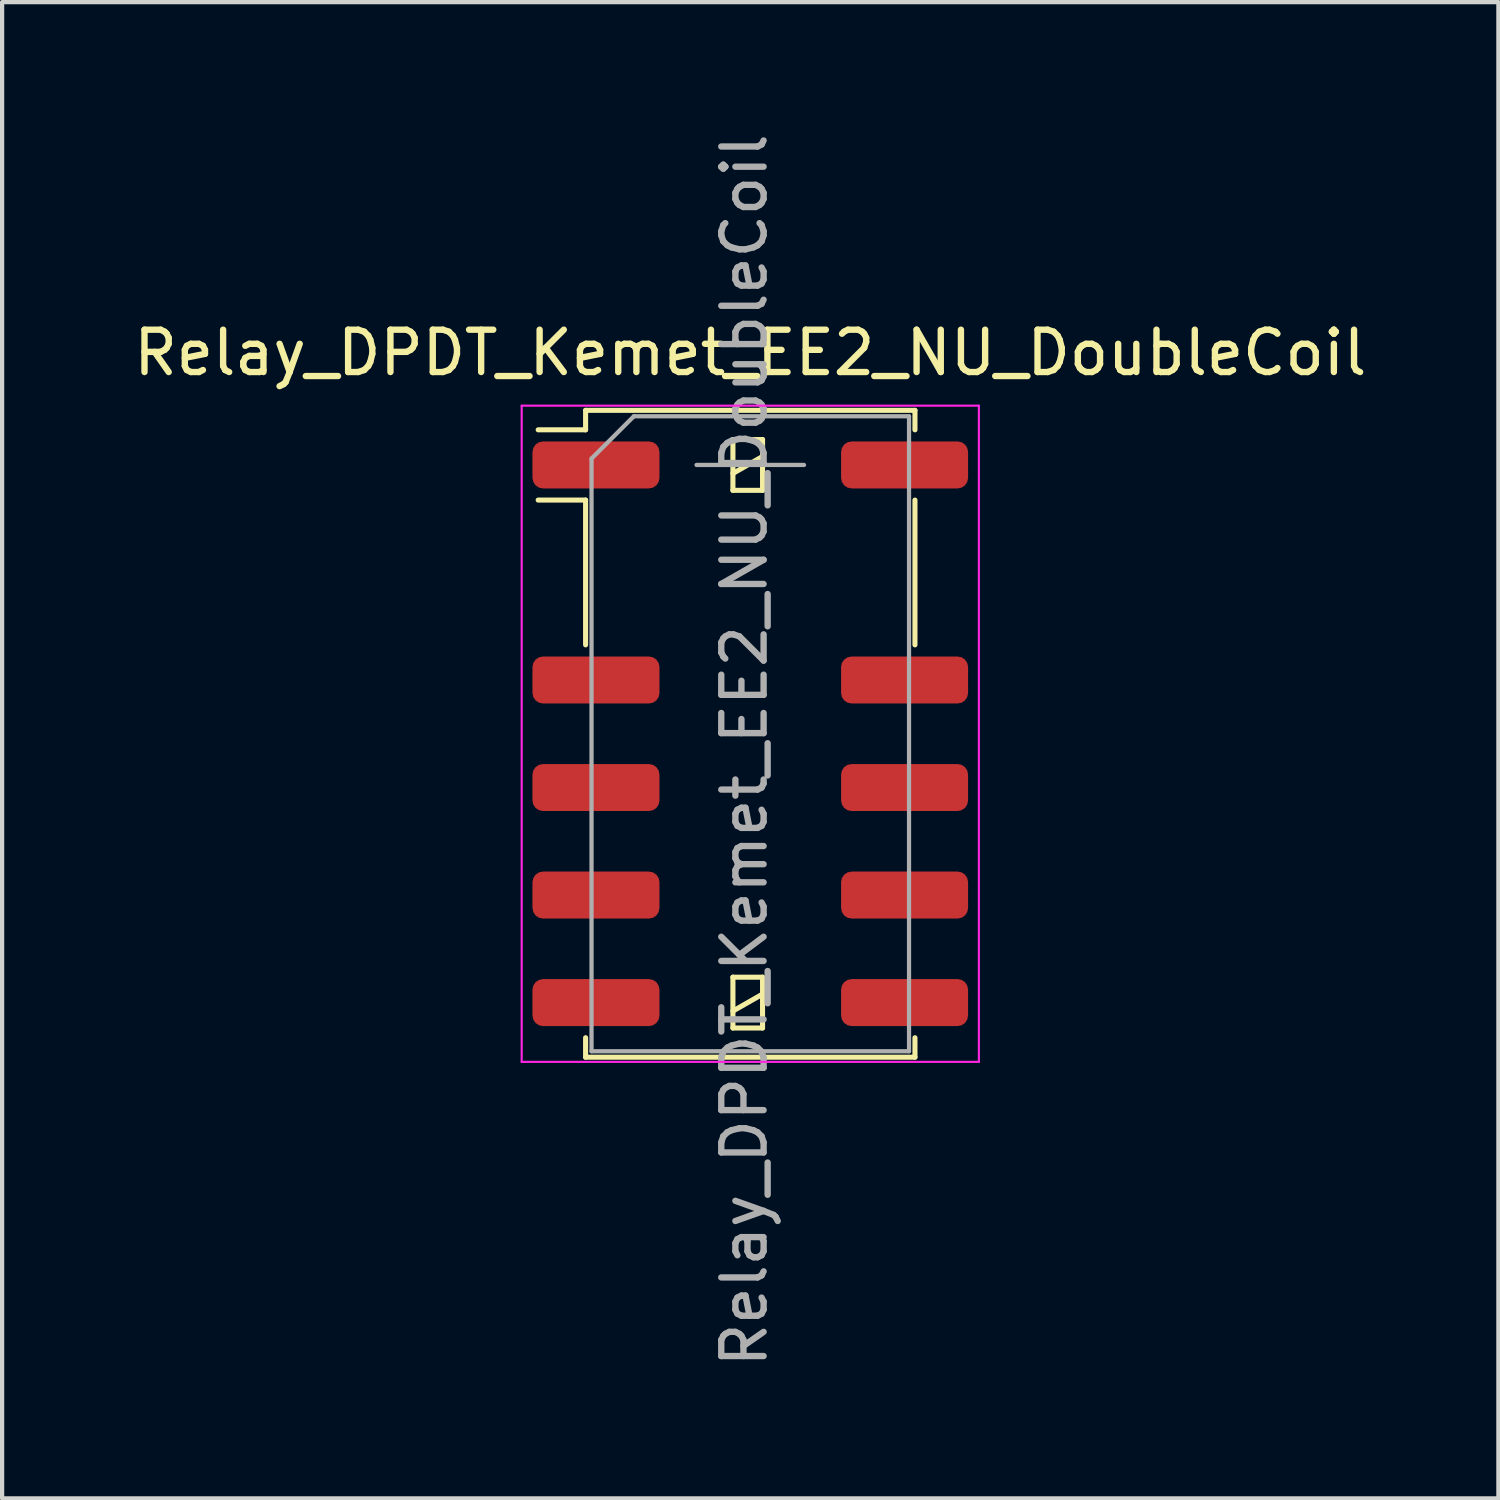
<source format=kicad_pcb>
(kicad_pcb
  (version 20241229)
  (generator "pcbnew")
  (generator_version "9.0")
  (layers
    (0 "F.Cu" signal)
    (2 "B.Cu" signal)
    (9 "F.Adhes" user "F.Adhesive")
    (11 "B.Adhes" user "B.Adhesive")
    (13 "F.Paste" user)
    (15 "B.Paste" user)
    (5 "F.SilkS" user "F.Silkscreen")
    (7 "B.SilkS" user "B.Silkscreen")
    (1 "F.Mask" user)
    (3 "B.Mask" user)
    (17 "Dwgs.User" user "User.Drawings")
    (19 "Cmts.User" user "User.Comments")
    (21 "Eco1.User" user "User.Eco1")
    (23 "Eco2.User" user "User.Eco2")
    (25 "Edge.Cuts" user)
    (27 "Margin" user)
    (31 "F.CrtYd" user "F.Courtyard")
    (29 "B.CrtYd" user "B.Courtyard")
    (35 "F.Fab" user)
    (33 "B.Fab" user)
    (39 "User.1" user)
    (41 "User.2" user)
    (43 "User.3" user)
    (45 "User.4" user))
  (footprint "Relay_DPDT_Kemet_EE2_NU_DoubleCoil"
    (layer "F.Cu")
    (at 14.673 14.283)
    (property "Reference" "Relay_DPDT_Kemet_EE2_NU_DoubleCoil" (at 0 -9 180) (layer "F.SilkS") (effects (font (size 1 1) (thickness 0.15))))
    (attr smd)
    (fp_line (start -3.89 -7.64) (end -3.89 -7.18) (stroke (width 0.12) (type solid)) (layer "F.SilkS"))
    (fp_line (start -3.89 -7.18) (end -5.01 -7.18) (stroke (width 0.12) (type solid)) (layer "F.SilkS"))
    (fp_line (start -3.89 -5.52) (end -5.01 -5.52) (stroke (width 0.12) (type solid)) (layer "F.SilkS"))
    (fp_line (start -3.89 -5.52) (end -3.89 -2.1) (stroke (width 0.12) (type solid)) (layer "F.SilkS"))
    (fp_line (start -3.89 7.18) (end -3.89 7.64) (stroke (width 0.12) (type solid)) (layer "F.SilkS"))
    (fp_line (start -0.41 -6.95) (end -0.41 -5.75) (stroke (width 0.12) (type solid)) (layer "F.SilkS"))
    (fp_line (start -0.41 -6.15) (end 0.29 -6.55) (stroke (width 0.12) (type solid)) (layer "F.SilkS"))
    (fp_line (start -0.41 -5.75) (end 0.29 -5.75) (stroke (width 0.12) (type solid)) (layer "F.SilkS"))
    (fp_line (start -0.41 5.75) (end -0.41 6.95) (stroke (width 0.12) (type solid)) (layer "F.SilkS"))
    (fp_line (start -0.41 6.55) (end 0.29 6.15) (stroke (width 0.12) (type solid)) (layer "F.SilkS"))
    (fp_line (start -0.41 6.95) (end 0.29 6.95) (stroke (width 0.12) (type solid)) (layer "F.SilkS"))
    (fp_line (start 0.29 -6.95) (end -0.41 -6.95) (stroke (width 0.12) (type solid)) (layer "F.SilkS"))
    (fp_line (start 0.29 -5.75) (end 0.29 -6.95) (stroke (width 0.12) (type solid)) (layer "F.SilkS"))
    (fp_line (start 0.29 5.75) (end -0.41 5.75) (stroke (width 0.12) (type solid)) (layer "F.SilkS"))
    (fp_line (start 0.29 6.95) (end 0.29 5.75) (stroke (width 0.12) (type solid)) (layer "F.SilkS"))
    (fp_line (start 3.89 -7.64) (end -3.89 -7.64) (stroke (width 0.12) (type solid)) (layer "F.SilkS"))
    (fp_line (start 3.89 -7.64) (end 3.89 -7.18) (stroke (width 0.12) (type solid)) (layer "F.SilkS"))
    (fp_line (start 3.89 -5.52) (end 3.89 -2.1) (stroke (width 0.12) (type solid)) (layer "F.SilkS"))
    (fp_line (start 3.89 7.18) (end 3.89 7.64) (stroke (width 0.12) (type solid)) (layer "F.SilkS"))
    (fp_line (start 3.89 7.64) (end -3.89 7.64) (stroke (width 0.12) (type solid)) (layer "F.SilkS"))
    (fp_line (start -5.4 -7.75) (end -5.4 7.75) (stroke (width 0.05) (type solid)) (layer "F.CrtYd"))
    (fp_line (start -5.4 7.75) (end 5.4 7.75) (stroke (width 0.05) (type solid)) (layer "F.CrtYd"))
    (fp_line (start 5.4 -7.75) (end -5.4 -7.75) (stroke (width 0.05) (type solid)) (layer "F.CrtYd"))
    (fp_line (start 5.4 -7.75) (end 5.4 7.75) (stroke (width 0.05) (type solid)) (layer "F.CrtYd"))
    (fp_line (start -3.75 -6.5) (end -3.75 7.5) (stroke (width 0.1) (type solid)) (layer "F.Fab"))
    (fp_line (start -3.75 -6.5) (end -2.75 -7.5) (stroke (width 0.1) (type solid)) (layer "F.Fab"))
    (fp_line (start -1.27 -6.35) (end 1.27 -6.35) (stroke (width 0.1) (type solid)) (layer "F.Fab"))
    (fp_line (start 3.75 -7.5) (end -2.75 -7.5) (stroke (width 0.1) (type solid)) (layer "F.Fab"))
    (fp_line (start 3.75 -7.5) (end 3.75 7.5) (stroke (width 0.1) (type solid)) (layer "F.Fab"))
    (fp_line (start 3.75 7.5) (end -3.75 7.5) (stroke (width 0.1) (type solid)) (layer "F.Fab"))
    (fp_text user "${REFERENCE}" (at -0.14 0.39 90) (layer "F.Fab") (effects (font (size 1 1) (thickness 0.15))))
    (pad "1" smd roundrect (at -3.645 -6.35 270) (size 1.11 3) (layers "F.Cu" "F.Mask" "F.Paste") (roundrect_rratio 0.225))
    (pad "3" smd roundrect (at -3.645 -1.27 270) (size 1.11 3) (layers "F.Cu" "F.Mask" "F.Paste") (roundrect_rratio 0.225))
    (pad "4" smd roundrect (at -3.645 1.27 270) (size 1.11 3) (layers "F.Cu" "F.Mask" "F.Paste") (roundrect_rratio 0.225))
    (pad "5" smd roundrect (at -3.645 3.81 270) (size 1.11 3) (layers "F.Cu" "F.Mask" "F.Paste") (roundrect_rratio 0.225))
    (pad "6" smd roundrect (at -3.645 6.35 270) (size 1.11 3) (layers "F.Cu" "F.Mask" "F.Paste") (roundrect_rratio 0.225))
    (pad "7" smd roundrect (at 3.645 6.35 270) (size 1.11 3) (layers "F.Cu" "F.Mask" "F.Paste") (roundrect_rratio 0.225))
    (pad "8" smd roundrect (at 3.645 3.81 270) (size 1.11 3) (layers "F.Cu" "F.Mask" "F.Paste") (roundrect_rratio 0.225))
    (pad "9" smd roundrect (at 3.645 1.27 270) (size 1.11 3) (layers "F.Cu" "F.Mask" "F.Paste") (roundrect_rratio 0.225))
    (pad "10" smd roundrect (at 3.645 -1.27 270) (size 1.11 3) (layers "F.Cu" "F.Mask" "F.Paste") (roundrect_rratio 0.225))
    (pad "12" smd roundrect (at 3.645 -6.35 270) (size 1.11 3) (layers "F.Cu" "F.Mask" "F.Paste") (roundrect_rratio 0.225)))
  (gr_rect
    (start -3 -3)
    (end 32.345 32.345)
    (stroke (width 0.1) (type default))
    (fill no)
    (layer "Edge.Cuts")))
</source>
